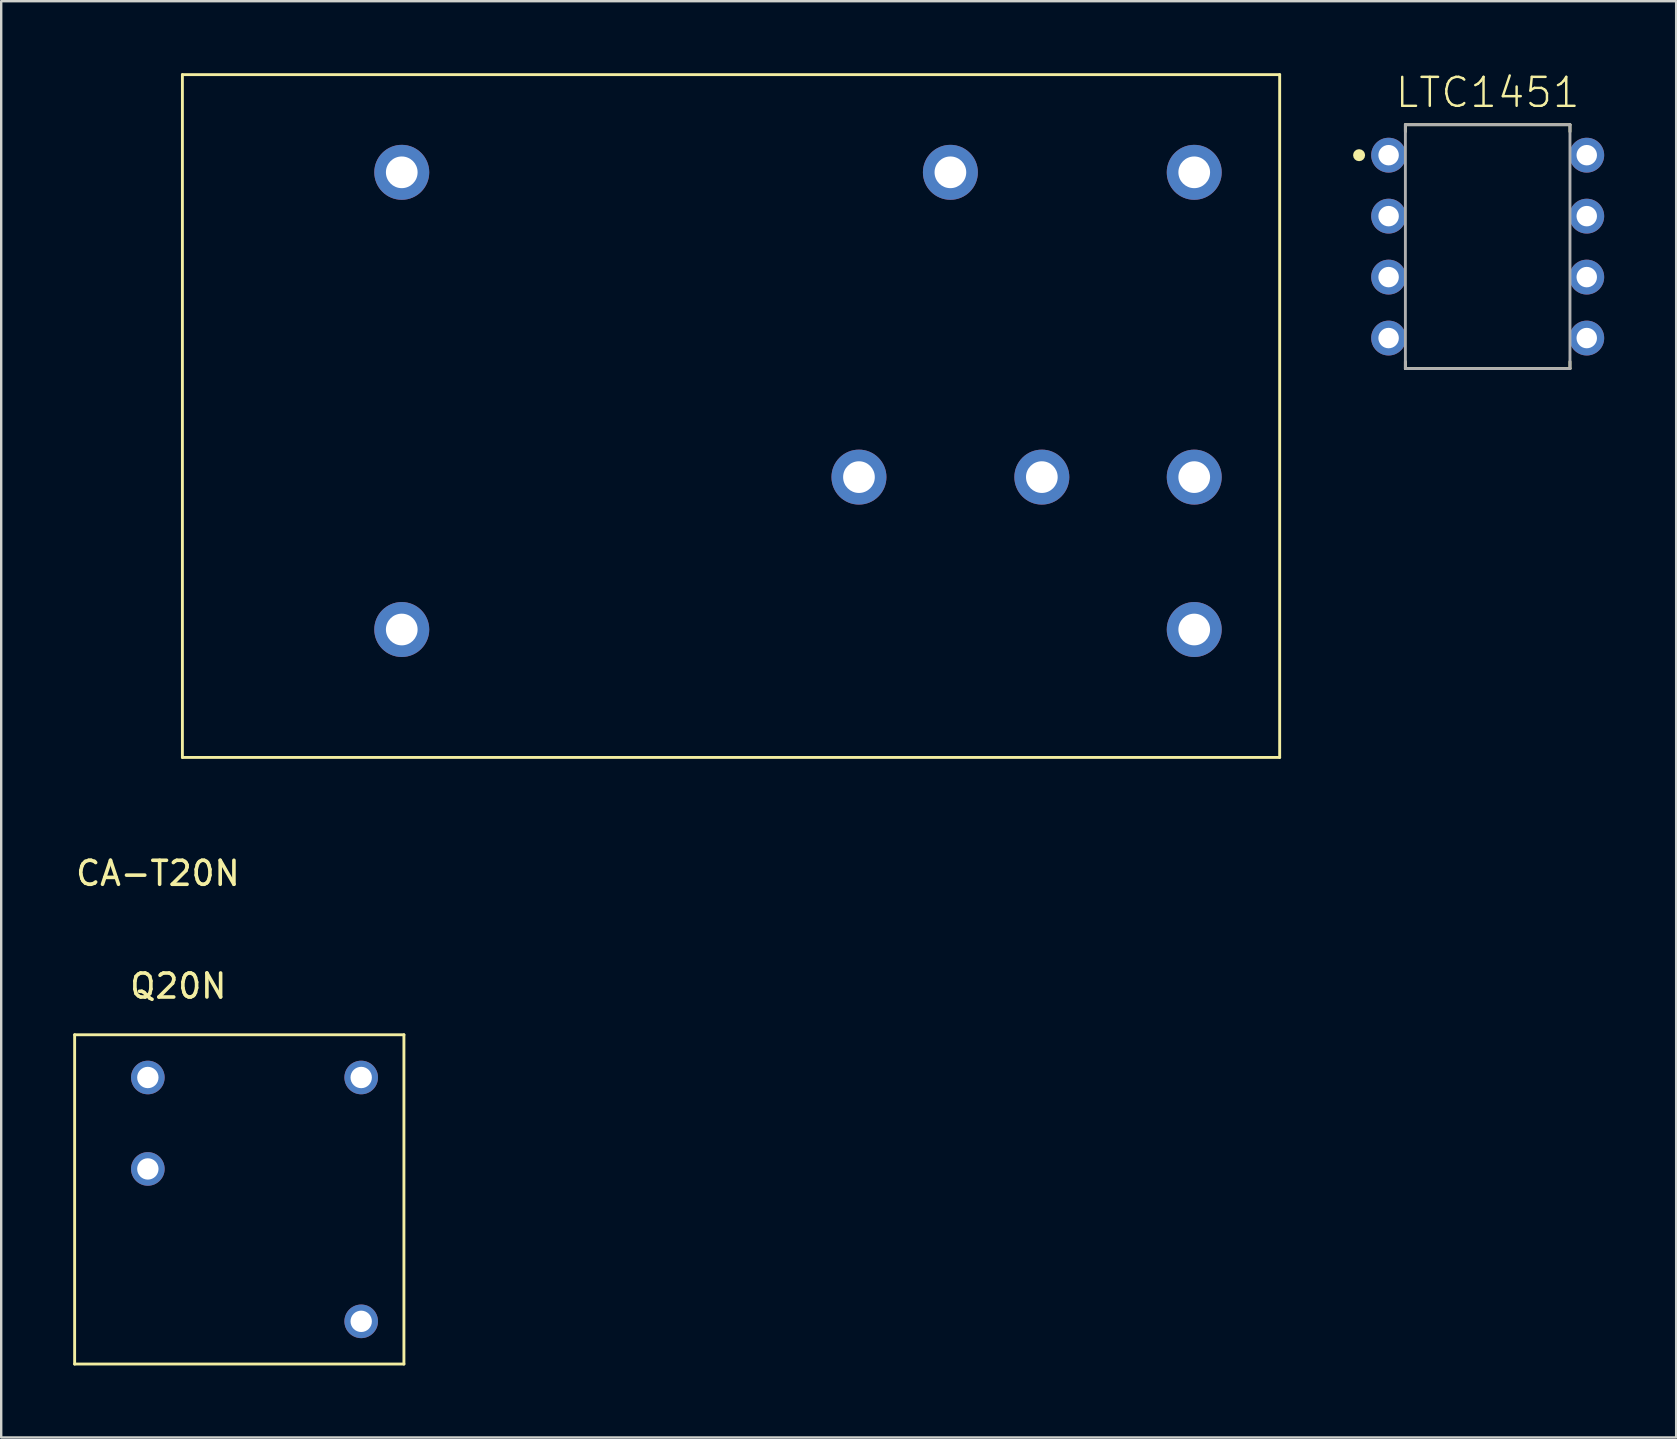
<source format=kicad_pcb>
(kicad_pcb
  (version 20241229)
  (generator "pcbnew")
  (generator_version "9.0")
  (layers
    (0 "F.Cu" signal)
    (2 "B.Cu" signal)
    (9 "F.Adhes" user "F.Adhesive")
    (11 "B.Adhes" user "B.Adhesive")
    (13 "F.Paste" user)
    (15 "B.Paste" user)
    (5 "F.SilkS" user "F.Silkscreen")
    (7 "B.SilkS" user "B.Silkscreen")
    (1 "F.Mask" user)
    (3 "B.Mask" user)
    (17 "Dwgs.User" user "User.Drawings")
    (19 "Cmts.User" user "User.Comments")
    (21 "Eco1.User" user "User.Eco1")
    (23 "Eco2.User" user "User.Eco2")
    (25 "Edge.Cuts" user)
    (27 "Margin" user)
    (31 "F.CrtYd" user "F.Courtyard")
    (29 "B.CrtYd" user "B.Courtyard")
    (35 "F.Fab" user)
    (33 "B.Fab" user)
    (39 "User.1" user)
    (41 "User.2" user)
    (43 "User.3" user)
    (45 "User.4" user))
  (footprint "LTC1451"
    (layer "F.Cu")
    (at 58.937 7.226)
    (property "Reference" "LTC1451" (at 0 -5.715 0) (layer "F.SilkS") (effects (font (size 1.206 1.206) (thickness 0.102)) (justify bottom)))
    (attr through_hole)
    (fp_line (start -3.429 -5.08) (end 3.429 -5.08) (stroke (width 0.12) (type solid)) (layer "F.SilkS"))
    (fp_line (start -3.429 -4.79) (end -3.429 -5.08) (stroke (width 0.12) (type solid)) (layer "F.SilkS"))
    (fp_line (start -3.429 4.79) (end -3.429 5.08) (stroke (width 0.12) (type solid)) (layer "F.SilkS"))
    (fp_line (start -3.429 5.08) (end 3.429 5.08) (stroke (width 0.12) (type solid)) (layer "F.SilkS"))
    (fp_line (start 3.429 -5.08) (end 3.429 -4.79) (stroke (width 0.12) (type solid)) (layer "F.SilkS"))
    (fp_line (start 3.429 5.08) (end 3.429 4.79) (stroke (width 0.12) (type solid)) (layer "F.SilkS"))
    (fp_circle (center -5.358 -3.81) (end -5.233 -3.81) (stroke (width 0.25) (type solid)) (fill no) (layer "F.SilkS"))
    (fp_line (start -3.429 -5.08) (end 3.429 -5.08) (stroke (width 0.12) (type solid)) (layer "F.Fab"))
    (fp_line (start -3.429 5.08) (end -3.429 -5.08) (stroke (width 0.12) (type solid)) (layer "F.Fab"))
    (fp_line (start 3.429 -5.08) (end 3.429 5.08) (stroke (width 0.12) (type solid)) (layer "F.Fab"))
    (fp_line (start 3.429 5.08) (end -3.429 5.08) (stroke (width 0.12) (type solid)) (layer "F.Fab"))
    (pad "1" thru_hole circle (at -4.128 -3.81) (size 1.452 1.452) (drill 0.852) (layers "*.Cu" "*.Mask"))
    (pad "2" thru_hole circle (at -4.128 -1.27) (size 1.452 1.452) (drill 0.852) (layers "*.Cu" "*.Mask"))
    (pad "3" thru_hole circle (at -4.128 1.27) (size 1.452 1.452) (drill 0.852) (layers "*.Cu" "*.Mask"))
    (pad "4" thru_hole circle (at -4.128 3.81) (size 1.452 1.452) (drill 0.852) (layers "*.Cu" "*.Mask"))
    (pad "5" thru_hole circle (at 4.128 3.81) (size 1.452 1.452) (drill 0.852) (layers "*.Cu" "*.Mask"))
    (pad "6" thru_hole circle (at 4.128 1.27) (size 1.452 1.452) (drill 0.852) (layers "*.Cu" "*.Mask"))
    (pad "7" thru_hole circle (at 4.128 -1.27) (size 1.452 1.452) (drill 0.852) (layers "*.Cu" "*.Mask"))
    (pad "8" thru_hole circle (at 4.128 -3.81) (size 1.452 1.452) (drill 0.852) (layers "*.Cu" "*.Mask")))
  (footprint "Q20N"
    (layer "F.Cu")
    (at 3.11 41.846)
    (property "Reference" "Q20N" (at 1.27 -3.81 0) (layer "F.SilkS") (effects (font (size 1 1) (thickness 0.15))))
    (attr through_hole)
    (fp_line (start -3.05 -1.78) (end 10.67 -1.78) (stroke (width 0.12) (type solid)) (layer "F.SilkS"))
    (fp_line (start -3.05 11.94) (end -3.05 -1.78) (stroke (width 0.12) (type solid)) (layer "F.SilkS"))
    (fp_line (start 10.67 -1.78) (end 10.67 11.94) (stroke (width 0.12) (type solid)) (layer "F.SilkS"))
    (fp_line (start 10.67 11.94) (end -3.05 11.94) (stroke (width 0.12) (type solid)) (layer "F.SilkS"))
    (pad "1" thru_hole circle (at 0 0) (size 1.4 1.4) (drill 0.89) (layers "*.Cu" "*.Mask"))
    (pad "2" thru_hole circle (at 0 3.81) (size 1.4 1.4) (drill 0.89) (layers "*.Cu" "*.Mask"))
    (pad "3" thru_hole circle (at 8.89 0) (size 1.4 1.4) (drill 0.89) (layers "*.Cu" "*.Mask"))
    (pad "4" thru_hole circle (at 8.89 10.16) (size 1.4 1.4) (drill 0.89) (layers "*.Cu" "*.Mask")))
  (footprint "CA-T20N"
    (layer "F.Cu")
    (at 13.69 23.18)
    (property "Reference" "CA-T20N" (at -10.16 10.16 0) (layer "F.SilkS") (effects (font (size 1 1) (thickness 0.15))))
    (attr through_hole)
    (fp_line (start -9.14 -23.12) (end 36.58 -23.12) (stroke (width 0.12) (type solid)) (layer "F.SilkS"))
    (fp_line (start -9.14 5.33) (end -9.14 -23.12) (stroke (width 0.12) (type solid)) (layer "F.SilkS"))
    (fp_line (start 36.58 -23.12) (end 36.58 5.33) (stroke (width 0.12) (type solid)) (layer "F.SilkS"))
    (fp_line (start 36.58 5.33) (end -9.14 5.33) (stroke (width 0.12) (type solid)) (layer "F.SilkS"))
    (pad "1" thru_hole circle (at 0 0) (size 2.29 2.29) (drill 1.32) (layers "*.Cu" "*.Mask"))
    (pad "2" thru_hole circle (at 19.05 -6.35) (size 2.29 2.29) (drill 1.32) (layers "*.Cu" "*.Mask"))
    (pad "3" thru_hole circle (at 22.86 -19.05) (size 2.29 2.29) (drill 1.32) (layers "*.Cu" "*.Mask"))
    (pad "4" thru_hole circle (at 26.67 -6.35) (size 2.29 2.29) (drill 1.32) (layers "*.Cu" "*.Mask"))
    (pad "5" thru_hole circle (at 33.02 -19.05) (size 2.29 2.29) (drill 1.32) (layers "*.Cu" "*.Mask"))
    (pad "6" thru_hole circle (at 33.02 -6.35) (size 2.29 2.29) (drill 1.32) (layers "*.Cu" "*.Mask"))
    (pad "7" thru_hole circle (at 33.02 0) (size 2.29 2.29) (drill 1.32) (layers "*.Cu" "*.Mask"))
    (pad "8" thru_hole circle (at 0 -19.05) (size 2.29 2.29) (drill 1.32) (layers "*.Cu" "*.Mask")))
  (gr_rect
    (start -3 -3)
    (end 66.791 56.846)
    (stroke (width 0.1) (type default))
    (fill no)
    (layer "Edge.Cuts")))
</source>
